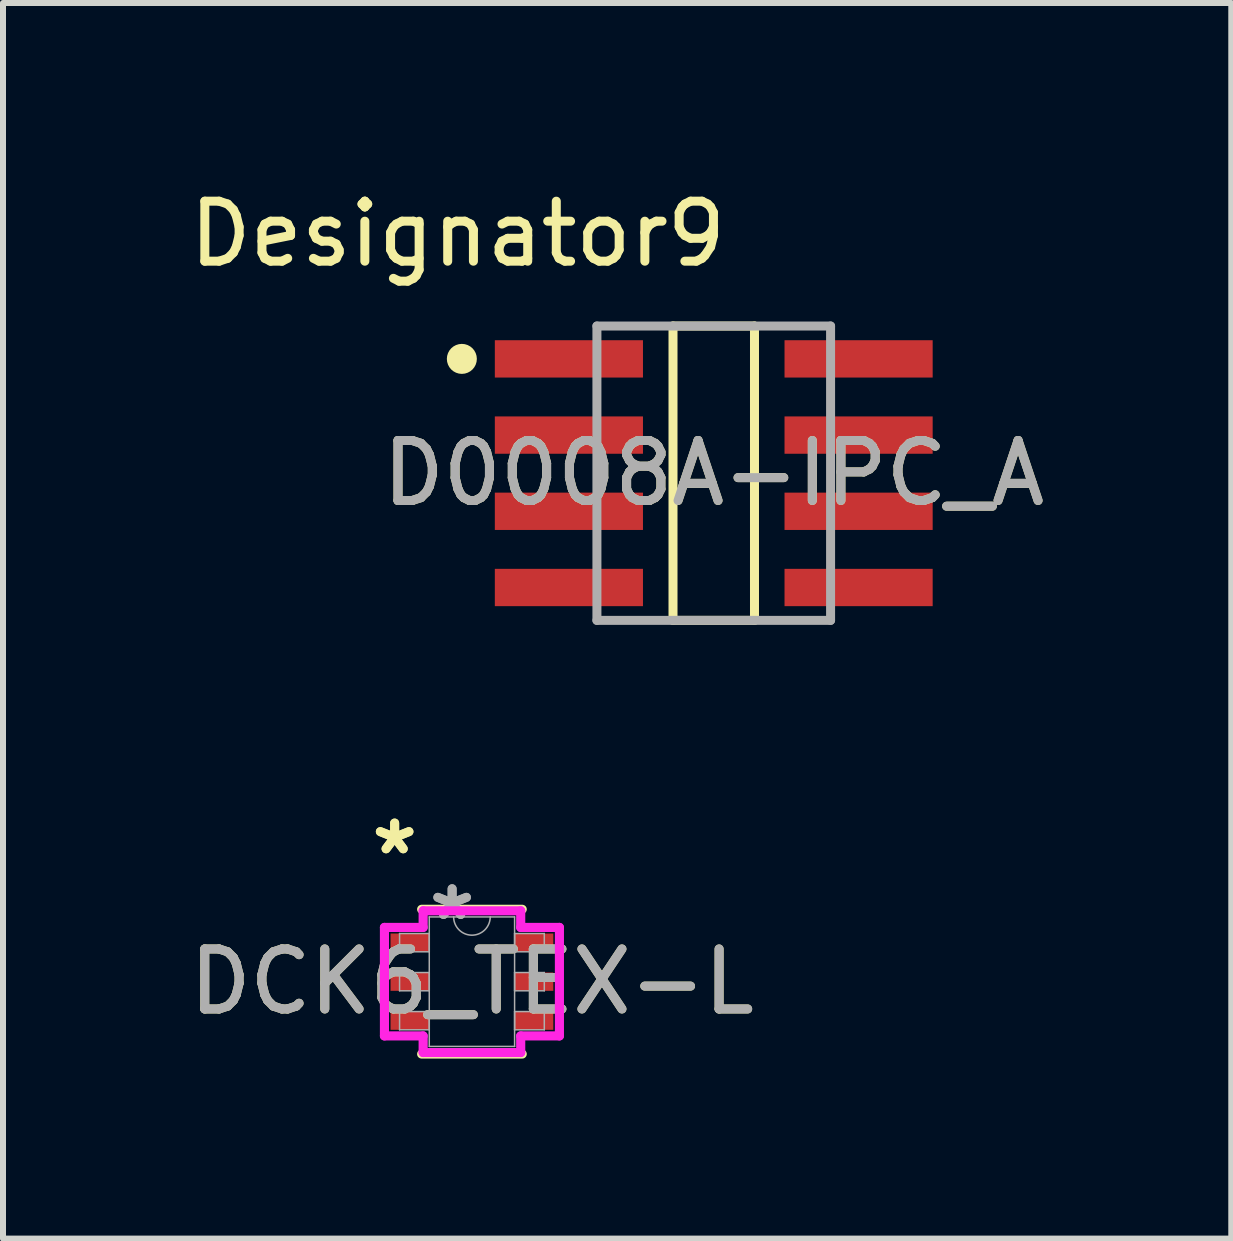
<source format=kicad_pcb>
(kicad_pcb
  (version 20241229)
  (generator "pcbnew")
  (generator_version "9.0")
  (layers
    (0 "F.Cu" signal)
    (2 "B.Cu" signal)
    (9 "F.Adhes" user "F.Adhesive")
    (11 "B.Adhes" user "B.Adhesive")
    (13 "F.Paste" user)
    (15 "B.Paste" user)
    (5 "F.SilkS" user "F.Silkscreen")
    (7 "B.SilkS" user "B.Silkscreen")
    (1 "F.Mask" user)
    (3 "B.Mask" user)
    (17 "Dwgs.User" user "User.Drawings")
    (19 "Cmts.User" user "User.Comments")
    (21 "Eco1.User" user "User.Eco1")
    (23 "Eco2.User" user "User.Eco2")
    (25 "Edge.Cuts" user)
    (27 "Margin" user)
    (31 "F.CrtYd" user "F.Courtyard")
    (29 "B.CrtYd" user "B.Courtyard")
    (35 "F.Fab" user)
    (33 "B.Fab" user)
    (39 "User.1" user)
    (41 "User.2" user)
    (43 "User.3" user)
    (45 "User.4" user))
  (footprint "DCK6_TEX-L"
    (layer "F.Cu")
    (at 4.815 13.31)
    (property "Reference" "DCK6_TEX-L" (at 0 0 0) (unlocked yes) (layer "F.SilkS") (effects (font (size 1 1) (thickness 0.15))))
    (attr smd)
    (fp_line (start -0.838 1.206) (end 0.838 1.206) (stroke (width 0.152) (type solid)) (layer "F.SilkS"))
    (fp_line (start 0.838 -1.206) (end -0.838 -1.206) (stroke (width 0.152) (type solid)) (layer "F.SilkS"))
    (fp_line (start -1.458 -0.904) (end -0.813 -0.904) (stroke (width 0.152) (type solid)) (layer "F.CrtYd"))
    (fp_line (start -1.458 0.904) (end -1.458 -0.904) (stroke (width 0.152) (type solid)) (layer "F.CrtYd"))
    (fp_line (start -1.458 0.904) (end -0.813 0.904) (stroke (width 0.152) (type solid)) (layer "F.CrtYd"))
    (fp_line (start -0.813 -1.181) (end 0.813 -1.181) (stroke (width 0.152) (type solid)) (layer "F.CrtYd"))
    (fp_line (start -0.813 -0.904) (end -0.813 -1.181) (stroke (width 0.152) (type solid)) (layer "F.CrtYd"))
    (fp_line (start -0.813 1.181) (end -0.813 0.904) (stroke (width 0.152) (type solid)) (layer "F.CrtYd"))
    (fp_line (start 0.813 -1.181) (end 0.813 -0.904) (stroke (width 0.152) (type solid)) (layer "F.CrtYd"))
    (fp_line (start 0.813 0.904) (end 0.813 1.181) (stroke (width 0.152) (type solid)) (layer "F.CrtYd"))
    (fp_line (start 0.813 1.181) (end -0.813 1.181) (stroke (width 0.152) (type solid)) (layer "F.CrtYd"))
    (fp_line (start 1.458 -0.904) (end 0.813 -0.904) (stroke (width 0.152) (type solid)) (layer "F.CrtYd"))
    (fp_line (start 1.458 -0.904) (end 1.458 0.904) (stroke (width 0.152) (type solid)) (layer "F.CrtYd"))
    (fp_line (start 1.458 0.904) (end 0.813 0.904) (stroke (width 0.152) (type solid)) (layer "F.CrtYd"))
    (fp_line (start -1.206 -0.802) (end -1.206 -0.498) (stroke (width 0.025) (type solid)) (layer "F.Fab"))
    (fp_line (start -1.206 -0.498) (end -0.711 -0.498) (stroke (width 0.025) (type solid)) (layer "F.Fab"))
    (fp_line (start -1.206 -0.152) (end -1.206 0.152) (stroke (width 0.025) (type solid)) (layer "F.Fab"))
    (fp_line (start -1.206 0.152) (end -0.711 0.152) (stroke (width 0.025) (type solid)) (layer "F.Fab"))
    (fp_line (start -1.206 0.498) (end -1.206 0.802) (stroke (width 0.025) (type solid)) (layer "F.Fab"))
    (fp_line (start -1.206 0.802) (end -0.711 0.802) (stroke (width 0.025) (type solid)) (layer "F.Fab"))
    (fp_line (start -0.711 -1.079) (end -0.711 1.079) (stroke (width 0.025) (type solid)) (layer "F.Fab"))
    (fp_line (start -0.711 -0.802) (end -1.206 -0.802) (stroke (width 0.025) (type solid)) (layer "F.Fab"))
    (fp_line (start -0.711 -0.498) (end -0.711 -0.802) (stroke (width 0.025) (type solid)) (layer "F.Fab"))
    (fp_line (start -0.711 -0.152) (end -1.206 -0.152) (stroke (width 0.025) (type solid)) (layer "F.Fab"))
    (fp_line (start -0.711 0.152) (end -0.711 -0.152) (stroke (width 0.025) (type solid)) (layer "F.Fab"))
    (fp_line (start -0.711 0.498) (end -1.206 0.498) (stroke (width 0.025) (type solid)) (layer "F.Fab"))
    (fp_line (start -0.711 0.802) (end -0.711 0.498) (stroke (width 0.025) (type solid)) (layer "F.Fab"))
    (fp_line (start -0.711 1.079) (end 0.711 1.079) (stroke (width 0.025) (type solid)) (layer "F.Fab"))
    (fp_line (start 0.711 -1.079) (end -0.711 -1.079) (stroke (width 0.025) (type solid)) (layer "F.Fab"))
    (fp_line (start 0.711 -0.802) (end 0.711 -0.498) (stroke (width 0.025) (type solid)) (layer "F.Fab"))
    (fp_line (start 0.711 -0.498) (end 1.206 -0.498) (stroke (width 0.025) (type solid)) (layer "F.Fab"))
    (fp_line (start 0.711 -0.152) (end 0.711 0.152) (stroke (width 0.025) (type solid)) (layer "F.Fab"))
    (fp_line (start 0.711 0.152) (end 1.206 0.152) (stroke (width 0.025) (type solid)) (layer "F.Fab"))
    (fp_line (start 0.711 0.498) (end 0.711 0.802) (stroke (width 0.025) (type solid)) (layer "F.Fab"))
    (fp_line (start 0.711 0.802) (end 1.206 0.802) (stroke (width 0.025) (type solid)) (layer "F.Fab"))
    (fp_line (start 0.711 1.079) (end 0.711 -1.079) (stroke (width 0.025) (type solid)) (layer "F.Fab"))
    (fp_line (start 1.206 -0.802) (end 0.711 -0.802) (stroke (width 0.025) (type solid)) (layer "F.Fab"))
    (fp_line (start 1.206 -0.498) (end 1.206 -0.802) (stroke (width 0.025) (type solid)) (layer "F.Fab"))
    (fp_line (start 1.206 -0.152) (end 0.711 -0.152) (stroke (width 0.025) (type solid)) (layer "F.Fab"))
    (fp_line (start 1.206 0.152) (end 1.206 -0.152) (stroke (width 0.025) (type solid)) (layer "F.Fab"))
    (fp_line (start 1.206 0.498) (end 0.711 0.498) (stroke (width 0.025) (type solid)) (layer "F.Fab"))
    (fp_line (start 1.206 0.802) (end 1.206 0.498) (stroke (width 0.025) (type solid)) (layer "F.Fab"))
    (fp_arc (start 0.3048 -1.0795) (mid 0 -0.7747) (end -0.3048 -1.0795) (stroke (width 0.0254) (type solid)) (layer "F.Fab"))
    (fp_text user "*" (at -1.288 -2.098 0) (layer "F.SilkS") (effects (font (size 1 1) (thickness 0.15))))
    (fp_text user "*" (at -1.288 -2.098 0) (unlocked yes) (layer "F.SilkS") (effects (font (size 1 1) (thickness 0.15))))
    (fp_text user "*" (at -0.33 -1.003 0) (unlocked yes) (layer "F.Fab") (effects (font (size 1 1) (thickness 0.15))))
    (fp_text user "${REFERENCE}" (at 0 0 0) (unlocked yes) (layer "F.Fab") (effects (font (size 1 1) (thickness 0.15))))
    (fp_text user "*" (at -0.33 -1.003 0) (layer "F.Fab") (effects (font (size 1 1) (thickness 0.15))))
    (pad "1" smd rect (at -1.034 -0.65) (size 0.645 0.305) (layers "F.Cu" "F.Mask" "F.Paste"))
    (pad "2" smd rect (at -1.034 0) (size 0.645 0.305) (layers "F.Cu" "F.Mask" "F.Paste"))
    (pad "3" smd rect (at -1.034 0.65) (size 0.645 0.305) (layers "F.Cu" "F.Mask" "F.Paste"))
    (pad "4" smd rect (at 1.034 0.65) (size 0.645 0.305) (layers "F.Cu" "F.Mask" "F.Paste"))
    (pad "5" smd rect (at 1.034 0) (size 0.645 0.305) (layers "F.Cu" "F.Mask" "F.Paste"))
    (pad "6" smd rect (at 1.034 -0.65) (size 0.645 0.305) (layers "F.Cu" "F.Mask" "F.Paste")))
  (footprint "D0008A-IPC_A"
    (layer "F.Cu")
    (at 8.845 4.836)
    (property "Reference" "D0008A-IPC_A" (at 0 0 0) (unlocked yes) (layer "F.SilkS") (effects (font (size 1 1) (thickness 0.15))))
    (attr smd)
    (fp_line (start -0.679 -2.453) (end 0.679 -2.453) (stroke (width 0.15) (type solid)) (layer "F.SilkS"))
    (fp_line (start -0.679 2.453) (end -0.679 -2.453) (stroke (width 0.15) (type solid)) (layer "F.SilkS"))
    (fp_line (start -0.679 2.453) (end 0.679 2.453) (stroke (width 0.15) (type solid)) (layer "F.SilkS"))
    (fp_line (start 0.679 2.453) (end 0.679 -2.453) (stroke (width 0.15) (type solid)) (layer "F.SilkS"))
    (fp_circle (center -4.198 -1.905) (end -4.073 -1.905) (stroke (width 0.25) (type solid)) (fill no) (layer "F.SilkS"))
    (fp_line (start -1.947 -2.453) (end 1.947 -2.453) (stroke (width 0.15) (type solid)) (layer "F.Fab"))
    (fp_line (start -1.947 2.453) (end -1.947 -2.453) (stroke (width 0.15) (type solid)) (layer "F.Fab"))
    (fp_line (start -1.947 2.453) (end 1.947 2.453) (stroke (width 0.15) (type solid)) (layer "F.Fab"))
    (fp_line (start 1.947 2.453) (end 1.947 -2.453) (stroke (width 0.15) (type solid)) (layer "F.Fab"))
    (fp_text user "Designator9" (at -4.267 -3.988 0) (unlocked yes) (layer "F.SilkS") (effects (font (size 1 1) (thickness 0.15))))
    (fp_text user "${REFERENCE}" (at 0 0 0) (unlocked yes) (layer "F.Fab") (effects (font (size 1 1) (thickness 0.15))))
    (pad "1" smd rect (at -2.414 -1.905) (size 2.469 0.622) (layers "F.Cu" "F.Mask" "F.Paste"))
    (pad "2" smd rect (at -2.414 -0.635) (size 2.469 0.622) (layers "F.Cu" "F.Mask" "F.Paste"))
    (pad "3" smd rect (at -2.414 0.635) (size 2.469 0.622) (layers "F.Cu" "F.Mask" "F.Paste"))
    (pad "4" smd rect (at -2.414 1.905) (size 2.469 0.622) (layers "F.Cu" "F.Mask" "F.Paste"))
    (pad "5" smd rect (at 2.414 1.905) (size 2.469 0.622) (layers "F.Cu" "F.Mask" "F.Paste"))
    (pad "6" smd rect (at 2.414 0.635) (size 2.469 0.622) (layers "F.Cu" "F.Mask" "F.Paste"))
    (pad "7" smd rect (at 2.414 -0.635) (size 2.469 0.622) (layers "F.Cu" "F.Mask" "F.Paste"))
    (pad "8" smd rect (at 2.414 -1.905) (size 2.469 0.622) (layers "F.Cu" "F.Mask" "F.Paste")))
  (gr_rect
    (start -3 -3)
    (end 17.47 17.592)
    (stroke (width 0.1) (type default))
    (fill no)
    (layer "Edge.Cuts")))
</source>
